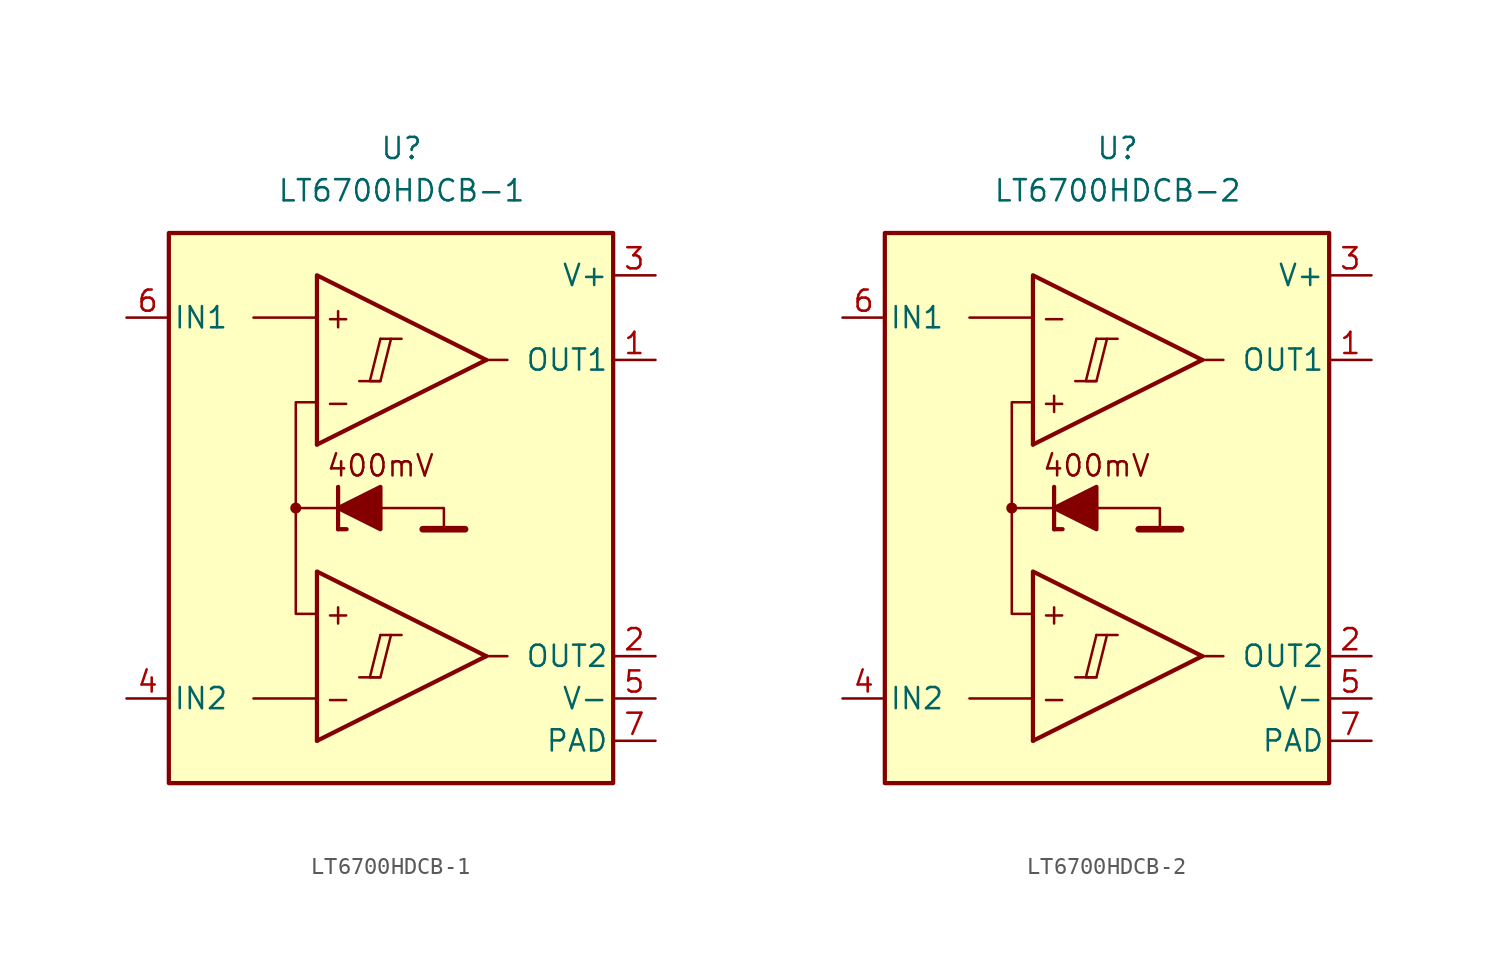
<source format=kicad_sym>
(kicad_symbol_lib
  (version 20211014)
  (generator kicad_symbol_editor)
  (symbol "LT6700HDCB-1"
    (pin_names
      (offset 0.254))
    (property "Reference" "U"
      (at 0 22.86 0)
      (effects (font (size 1.27 1.27))))
    (property "Value" "LT6700HDCB-1"
      (at 0 20.32 0)
      (effects (font (size 1.27 1.27))))
    (symbol "LT6700HDCB-1_0_0"
      (rectangle (start -13.97 17.78) (end 12.7 -15.24) (stroke (width 0.254) (type default) (color 0 0 0 0)) (fill (type background)))
      (circle (center -6.35 1.27) (radius 0.254) (stroke (width 0.152) (type default) (color 0 0 0 0)) (fill (type outline)))
      (polyline (pts (xy -2.54 -8.89) (xy -1.27 -8.89)) (stroke (width 0.152) (type default) (color 0 0 0 0)) (fill (type none)))
      (polyline (pts (xy -2.54 8.89) (xy -1.27 8.89)) (stroke (width 0.152) (type default) (color 0 0 0 0)) (fill (type none)))
      (polyline (pts (xy -1.27 -6.35) (xy 0 -6.35)) (stroke (width 0.152) (type default) (color 0 0 0 0)) (fill (type none)))
      (polyline (pts (xy -1.27 11.43) (xy 0 11.43)) (stroke (width 0.152) (type default) (color 0 0 0 0)) (fill (type none)))
      (polyline (pts (xy 5.08 -7.62) (xy -5.08 -12.7)) (stroke (width 0.254) (type default) (color 0 0 0 0)) (fill (type none)))
      (polyline (pts (xy 5.08 10.16) (xy -5.08 5.08)) (stroke (width 0.254) (type default) (color 0 0 0 0)) (fill (type none)))
      (polyline (pts (xy 5.08 -7.62) (xy -5.08 -2.54) (xy -5.08 -12.7)) (stroke (width 0.254) (type default) (color 0 0 0 0)) (fill (type background)))
      (polyline (pts (xy 5.08 10.16) (xy -5.08 15.24) (xy -5.08 5.08)) (stroke (width 0.254) (type default) (color 0 0 0 0)) (fill (type background)))
      (polyline (pts (xy -1.27 -6.35) (xy -1.905 -8.89) (xy -1.27 -8.89) (xy -0.635 -6.35)) (stroke (width 0.152) (type default) (color 0 0 0 0)) (fill (type none)))
      (polyline (pts (xy -1.27 11.43) (xy -1.905 8.89) (xy -1.27 8.89) (xy -0.635 11.43)) (stroke (width 0.152) (type default) (color 0 0 0 0)) (fill (type none)))
      (text "+" (at -3.81 -5.08 0) (effects (font (size 1.27 1.27))))
      (text "+" (at -3.81 12.7 0) (effects (font (size 1.27 1.27))))
      (text "-" (at -3.81 -10.16 0) (effects (font (size 1.27 1.27))))
      (text "-" (at -3.81 7.62 0) (effects (font (size 1.27 1.27)))))
    (symbol "LT6700HDCB-1_0_1"
      (polyline (pts (xy -5.08 -10.16) (xy -8.89 -10.16)) (stroke (width 0) (type default) (color 0 0 0 0)) (fill (type none)))
      (polyline (pts (xy -5.08 12.7) (xy -8.89 12.7)) (stroke (width 0) (type default) (color 0 0 0 0)) (fill (type none)))
      (polyline (pts (xy -3.81 0) (xy -3.81 2.54)) (stroke (width 0.254) (type default) (color 0 0 0 0)) (fill (type none)))
      (polyline (pts (xy -3.81 0) (xy -3.302 0)) (stroke (width 0.254) (type default) (color 0 0 0 0)) (fill (type none)))
      (polyline (pts (xy -3.81 1.27) (xy -6.35 1.27)) (stroke (width 0.152) (type default) (color 0 0 0 0)) (fill (type none)))
      (polyline (pts (xy 1.27 0) (xy 3.81 0)) (stroke (width 0.4) (type default) (color 0 0 0 0)) (fill (type none)))
      (polyline (pts (xy 5.08 -7.62) (xy 6.35 -7.62)) (stroke (width 0) (type default) (color 0 0 0 0)) (fill (type none)))
      (polyline (pts (xy 5.08 10.16) (xy 6.35 10.16)) (stroke (width 0) (type default) (color 0 0 0 0)) (fill (type none)))
      (polyline (pts (xy -1.27 1.27) (xy 2.54 1.27) (xy 2.54 0)) (stroke (width 0.152) (type default) (color 0 0 0 0)) (fill (type none)))
      (polyline (pts (xy -5.08 -5.08) (xy -6.35 -5.08) (xy -6.35 7.62) (xy -5.08 7.62)) (stroke (width 0.152) (type default) (color 0 0 0 0)) (fill (type none)))
      (polyline (pts (xy -1.27 2.54) (xy -1.27 0) (xy -3.81 1.27) (xy -1.27 2.54)) (stroke (width 0.254) (type default) (color 0 0 0 0)) (fill (type outline))))
    (symbol "LT6700HDCB-1_1_0"
      (text "400mV" (at -1.27 3.81 0) (effects (font (size 1.27 1.27)))))
    (symbol "LT6700HDCB-1_1_1"
      (pin output line (at 15.24 10.16 180) (length 2.54) (name "OUT1" (effects (font (size 1.27 1.27)))) (number "1" (effects (font (size 1.27 1.27)))))
      (pin output line (at 15.24 -7.62 180) (length 2.54) (name "OUT2" (effects (font (size 1.27 1.27)))) (number "2" (effects (font (size 1.27 1.27)))))
      (pin power_in line (at 15.24 15.24 180) (length 2.54) (name "V+" (effects (font (size 1.27 1.27)))) (number "3" (effects (font (size 1.27 1.27)))))
      (pin input line (at -16.51 -10.16 0) (length 2.54) (name "IN2" (effects (font (size 1.27 1.27)))) (number "4" (effects (font (size 1.27 1.27)))))
      (pin power_in line (at 15.24 -10.16 180) (length 2.54) (name "V-" (effects (font (size 1.27 1.27)))) (number "5" (effects (font (size 1.27 1.27)))))
      (pin input line (at -16.51 12.7 0) (length 2.54) (name "IN1" (effects (font (size 1.27 1.27)))) (number "6" (effects (font (size 1.27 1.27)))))
      (pin power_in line (at 15.24 -12.7 180) (length 2.54) (name "PAD" (effects (font (size 1.27 1.27)))) (number "7" (effects (font (size 1.27 1.27)))))))
  (symbol "LT6700HDCB-2"
    (pin_names
      (offset 0.254))
    (property "Reference" "U"
      (at 0 22.86 0)
      (effects (font (size 1.27 1.27))))
    (property "Value" "LT6700HDCB-2"
      (at 0 20.32 0)
      (effects (font (size 1.27 1.27))))
    (symbol "LT6700HDCB-2_0_0"
      (rectangle (start -13.97 17.78) (end 12.7 -15.24) (stroke (width 0.254) (type default) (color 0 0 0 0)) (fill (type background)))
      (circle (center -6.35 1.27) (radius 0.254) (stroke (width 0.152) (type default) (color 0 0 0 0)) (fill (type outline)))
      (polyline (pts (xy -2.54 -8.89) (xy -1.27 -8.89)) (stroke (width 0.152) (type default) (color 0 0 0 0)) (fill (type none)))
      (polyline (pts (xy -2.54 8.89) (xy -1.27 8.89)) (stroke (width 0.152) (type default) (color 0 0 0 0)) (fill (type none)))
      (polyline (pts (xy -1.27 -6.35) (xy 0 -6.35)) (stroke (width 0.152) (type default) (color 0 0 0 0)) (fill (type none)))
      (polyline (pts (xy -1.27 11.43) (xy 0 11.43)) (stroke (width 0.152) (type default) (color 0 0 0 0)) (fill (type none)))
      (polyline (pts (xy 5.08 -7.62) (xy -5.08 -12.7)) (stroke (width 0.254) (type default) (color 0 0 0 0)) (fill (type none)))
      (polyline (pts (xy 5.08 10.16) (xy -5.08 5.08)) (stroke (width 0.254) (type default) (color 0 0 0 0)) (fill (type none)))
      (polyline (pts (xy 5.08 -7.62) (xy -5.08 -2.54) (xy -5.08 -12.7)) (stroke (width 0.254) (type default) (color 0 0 0 0)) (fill (type background)))
      (polyline (pts (xy 5.08 10.16) (xy -5.08 15.24) (xy -5.08 5.08)) (stroke (width 0.254) (type default) (color 0 0 0 0)) (fill (type background)))
      (polyline (pts (xy -1.27 -6.35) (xy -1.905 -8.89) (xy -1.27 -8.89) (xy -0.635 -6.35)) (stroke (width 0.152) (type default) (color 0 0 0 0)) (fill (type none)))
      (polyline (pts (xy -1.27 11.43) (xy -1.905 8.89) (xy -1.27 8.89) (xy -0.635 11.43)) (stroke (width 0.152) (type default) (color 0 0 0 0)) (fill (type none)))
      (text "+" (at -3.81 -5.08 0) (effects (font (size 1.27 1.27))))
      (text "+" (at -3.81 7.62 0) (effects (font (size 1.27 1.27))))
      (text "-" (at -3.81 -10.16 0) (effects (font (size 1.27 1.27))))
      (text "-" (at -3.81 12.7 0) (effects (font (size 1.27 1.27)))))
    (symbol "LT6700HDCB-2_0_1"
      (polyline (pts (xy -5.08 -10.16) (xy -8.89 -10.16)) (stroke (width 0) (type default) (color 0 0 0 0)) (fill (type none)))
      (polyline (pts (xy -5.08 12.7) (xy -8.89 12.7)) (stroke (width 0) (type default) (color 0 0 0 0)) (fill (type none)))
      (polyline (pts (xy -3.81 0) (xy -3.81 2.54)) (stroke (width 0.254) (type default) (color 0 0 0 0)) (fill (type none)))
      (polyline (pts (xy -3.81 0) (xy -3.302 0)) (stroke (width 0.254) (type default) (color 0 0 0 0)) (fill (type none)))
      (polyline (pts (xy -3.81 1.27) (xy -6.35 1.27)) (stroke (width 0.152) (type default) (color 0 0 0 0)) (fill (type none)))
      (polyline (pts (xy 1.27 0) (xy 3.81 0)) (stroke (width 0.4) (type default) (color 0 0 0 0)) (fill (type none)))
      (polyline (pts (xy 5.08 -7.62) (xy 6.35 -7.62)) (stroke (width 0) (type default) (color 0 0 0 0)) (fill (type none)))
      (polyline (pts (xy 5.08 10.16) (xy 6.35 10.16)) (stroke (width 0) (type default) (color 0 0 0 0)) (fill (type none)))
      (polyline (pts (xy -1.27 1.27) (xy 2.54 1.27) (xy 2.54 0)) (stroke (width 0.152) (type default) (color 0 0 0 0)) (fill (type none)))
      (polyline (pts (xy -5.08 -5.08) (xy -6.35 -5.08) (xy -6.35 7.62) (xy -5.08 7.62)) (stroke (width 0.152) (type default) (color 0 0 0 0)) (fill (type none)))
      (polyline (pts (xy -1.27 2.54) (xy -1.27 0) (xy -3.81 1.27) (xy -1.27 2.54)) (stroke (width 0.254) (type default) (color 0 0 0 0)) (fill (type outline))))
    (symbol "LT6700HDCB-2_1_0"
      (text "400mV" (at -1.27 3.81 0) (effects (font (size 1.27 1.27)))))
    (symbol "LT6700HDCB-2_1_1"
      (pin output line (at 15.24 10.16 180) (length 2.54) (name "OUT1" (effects (font (size 1.27 1.27)))) (number "1" (effects (font (size 1.27 1.27)))))
      (pin output line (at 15.24 -7.62 180) (length 2.54) (name "OUT2" (effects (font (size 1.27 1.27)))) (number "2" (effects (font (size 1.27 1.27)))))
      (pin power_in line (at 15.24 15.24 180) (length 2.54) (name "V+" (effects (font (size 1.27 1.27)))) (number "3" (effects (font (size 1.27 1.27)))))
      (pin input line (at -16.51 -10.16 0) (length 2.54) (name "IN2" (effects (font (size 1.27 1.27)))) (number "4" (effects (font (size 1.27 1.27)))))
      (pin power_in line (at 15.24 -10.16 180) (length 2.54) (name "V-" (effects (font (size 1.27 1.27)))) (number "5" (effects (font (size 1.27 1.27)))))
      (pin input line (at -16.51 12.7 0) (length 2.54) (name "IN1" (effects (font (size 1.27 1.27)))) (number "6" (effects (font (size 1.27 1.27)))))
      (pin power_in line (at 15.24 -12.7 180) (length 2.54) (name "PAD" (effects (font (size 1.27 1.27)))) (number "7" (effects (font (size 1.27 1.27))))))))
</source>
